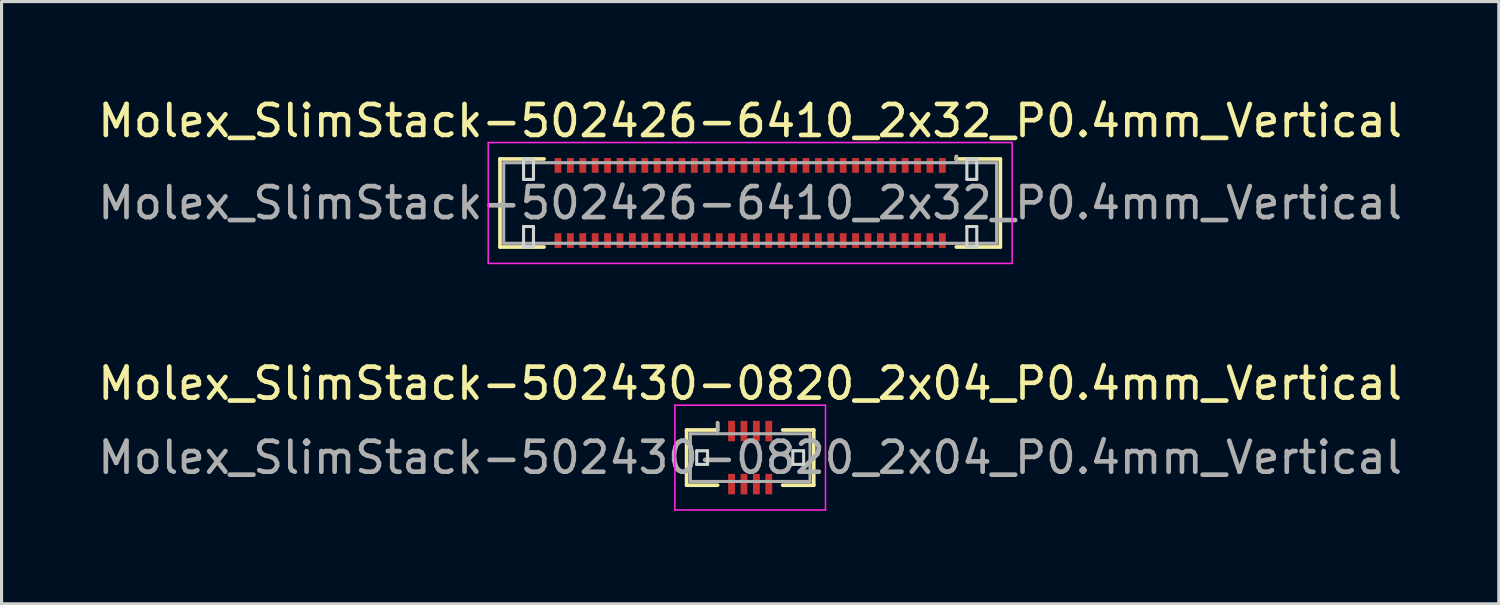
<source format=kicad_pcb>
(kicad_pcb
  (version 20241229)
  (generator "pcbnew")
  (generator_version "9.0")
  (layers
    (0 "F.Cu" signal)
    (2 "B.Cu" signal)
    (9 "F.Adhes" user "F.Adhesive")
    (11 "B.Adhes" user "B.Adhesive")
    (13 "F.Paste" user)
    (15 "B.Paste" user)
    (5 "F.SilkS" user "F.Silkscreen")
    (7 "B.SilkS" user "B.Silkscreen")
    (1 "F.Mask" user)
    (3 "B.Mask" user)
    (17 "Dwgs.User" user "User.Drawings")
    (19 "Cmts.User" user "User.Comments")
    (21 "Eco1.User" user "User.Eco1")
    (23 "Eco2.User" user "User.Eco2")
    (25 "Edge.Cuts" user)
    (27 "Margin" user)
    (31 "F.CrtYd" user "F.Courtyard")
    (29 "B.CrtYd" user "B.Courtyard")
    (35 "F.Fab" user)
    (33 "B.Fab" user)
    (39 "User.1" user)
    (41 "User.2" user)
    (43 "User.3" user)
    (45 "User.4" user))
  (footprint "Molex_SlimStack-502430-0820_2x04_P0.4mm_Vertical"
    (layer "F.Cu")
    (at 21.149 11.711)
    (property "Reference" "Molex_SlimStack-502430-0820_2x04_P0.4mm_Vertical" (at 0 -2.39 0) (layer "F.SilkS") (effects (font (size 1 1) (thickness 0.15))))
    (attr smd)
    (fp_line (start -2.05 -0.89) (end -1.05 -0.89) (stroke (width 0.12) (type solid)) (layer "F.SilkS"))
    (fp_line (start -2.05 0.89) (end -2.05 -0.89) (stroke (width 0.12) (type solid)) (layer "F.SilkS"))
    (fp_line (start -1.05 -0.89) (end -1.05 -1.12) (stroke (width 0.12) (type solid)) (layer "F.SilkS"))
    (fp_line (start -1.05 0.89) (end -2.05 0.89) (stroke (width 0.12) (type solid)) (layer "F.SilkS"))
    (fp_line (start 1.05 0.89) (end 2.05 0.89) (stroke (width 0.12) (type solid)) (layer "F.SilkS"))
    (fp_line (start 2.05 -0.89) (end 1.05 -0.89) (stroke (width 0.12) (type solid)) (layer "F.SilkS"))
    (fp_line (start 2.05 0.89) (end 2.05 -0.89) (stroke (width 0.12) (type solid)) (layer "F.SilkS"))
    (fp_line (start -1.725 -0.22) (end -1.725 0.22) (stroke (width 0.1) (type solid)) (layer "Edge.Cuts"))
    (fp_line (start -1.725 0.22) (end -1.375 0.22) (stroke (width 0.1) (type solid)) (layer "Edge.Cuts"))
    (fp_line (start -1.375 -0.22) (end -1.725 -0.22) (stroke (width 0.1) (type solid)) (layer "Edge.Cuts"))
    (fp_line (start -1.375 0.22) (end -1.375 -0.22) (stroke (width 0.1) (type solid)) (layer "Edge.Cuts"))
    (fp_line (start 1.375 -0.22) (end 1.375 0.22) (stroke (width 0.1) (type solid)) (layer "Edge.Cuts"))
    (fp_line (start 1.375 0.22) (end 1.725 0.22) (stroke (width 0.1) (type solid)) (layer "Edge.Cuts"))
    (fp_line (start 1.725 -0.22) (end 1.375 -0.22) (stroke (width 0.1) (type solid)) (layer "Edge.Cuts"))
    (fp_line (start 1.725 0.22) (end 1.725 -0.22) (stroke (width 0.1) (type solid)) (layer "Edge.Cuts"))
    (fp_line (start -2.43 -1.69) (end -2.43 1.69) (stroke (width 0.05) (type solid)) (layer "F.CrtYd"))
    (fp_line (start -2.43 1.69) (end 2.43 1.69) (stroke (width 0.05) (type solid)) (layer "F.CrtYd"))
    (fp_line (start 2.43 -1.69) (end -2.43 -1.69) (stroke (width 0.05) (type solid)) (layer "F.CrtYd"))
    (fp_line (start 2.43 1.69) (end 2.43 -1.69) (stroke (width 0.05) (type solid)) (layer "F.CrtYd"))
    (fp_line (start -1.93 -0.77) (end -1.93 0.77) (stroke (width 0.1) (type solid)) (layer "F.Fab"))
    (fp_line (start -1.93 0.77) (end 1.93 0.77) (stroke (width 0.1) (type solid)) (layer "F.Fab"))
    (fp_line (start -1.05 -0.77) (end -1.05 -1.12) (stroke (width 0.1) (type solid)) (layer "F.Fab"))
    (fp_line (start 1.93 -0.77) (end -1.93 -0.77) (stroke (width 0.1) (type solid)) (layer "F.Fab"))
    (fp_line (start 1.93 0.77) (end 1.93 -0.77) (stroke (width 0.1) (type solid)) (layer "F.Fab"))
    (fp_text user "${REFERENCE}" (at 0 0 0) (layer "F.Fab") (effects (font (size 1 1) (thickness 0.15))))
    (pad "1" smd rect (at -0.6 -0.855) (size 0.22 0.66) (layers "F.Cu" "F.Mask" "F.Paste"))
    (pad "2" smd rect (at -0.6 0.855) (size 0.22 0.66) (layers "F.Cu" "F.Mask" "F.Paste"))
    (pad "3" smd rect (at -0.2 -0.855) (size 0.22 0.66) (layers "F.Cu" "F.Mask" "F.Paste"))
    (pad "4" smd rect (at -0.2 0.855) (size 0.22 0.66) (layers "F.Cu" "F.Mask" "F.Paste"))
    (pad "5" smd rect (at 0.2 -0.855) (size 0.22 0.66) (layers "F.Cu" "F.Mask" "F.Paste"))
    (pad "6" smd rect (at 0.2 0.855) (size 0.22 0.66) (layers "F.Cu" "F.Mask" "F.Paste"))
    (pad "7" smd rect (at 0.6 -0.855) (size 0.22 0.66) (layers "F.Cu" "F.Mask" "F.Paste"))
    (pad "8" smd rect (at 0.6 0.855) (size 0.22 0.66) (layers "F.Cu" "F.Mask" "F.Paste")))
  (footprint "Molex_SlimStack-502426-6410_2x32_P0.4mm_Vertical"
    (layer "F.Cu")
    (at 21.149 3.498)
    (property "Reference" "Molex_SlimStack-502426-6410_2x32_P0.4mm_Vertical" (at 0 -2.65 0) (layer "F.SilkS") (effects (font (size 1 1) (thickness 0.15))))
    (attr smd)
    (fp_line (start -8.07 -1.42) (end -6.65 -1.42) (stroke (width 0.12) (type solid)) (layer "F.SilkS"))
    (fp_line (start -8.07 1.42) (end -8.07 -1.42) (stroke (width 0.12) (type solid)) (layer "F.SilkS"))
    (fp_line (start -6.65 1.42) (end -8.07 1.42) (stroke (width 0.12) (type solid)) (layer "F.SilkS"))
    (fp_line (start 6.65 -1.42) (end 6.65 -1.5) (stroke (width 0.12) (type solid)) (layer "F.SilkS"))
    (fp_line (start 6.65 1.42) (end 8.07 1.42) (stroke (width 0.12) (type solid)) (layer "F.SilkS"))
    (fp_line (start 8.07 -1.42) (end 6.65 -1.42) (stroke (width 0.12) (type solid)) (layer "F.SilkS"))
    (fp_line (start 8.07 1.42) (end 8.07 -1.42) (stroke (width 0.12) (type solid)) (layer "F.SilkS"))
    (fp_line (start -7.31 -1.41) (end -7.31 -0.76) (stroke (width 0.1) (type solid)) (layer "Edge.Cuts"))
    (fp_line (start -7.31 -0.76) (end -6.99 -0.76) (stroke (width 0.1) (type solid)) (layer "Edge.Cuts"))
    (fp_line (start -7.31 0.76) (end -7.31 1.41) (stroke (width 0.1) (type solid)) (layer "Edge.Cuts"))
    (fp_line (start -7.31 1.41) (end -6.99 1.41) (stroke (width 0.1) (type solid)) (layer "Edge.Cuts"))
    (fp_line (start -6.99 -1.41) (end -7.31 -1.41) (stroke (width 0.1) (type solid)) (layer "Edge.Cuts"))
    (fp_line (start -6.99 -0.76) (end -6.99 -1.41) (stroke (width 0.1) (type solid)) (layer "Edge.Cuts"))
    (fp_line (start -6.99 0.76) (end -7.31 0.76) (stroke (width 0.1) (type solid)) (layer "Edge.Cuts"))
    (fp_line (start -6.99 1.41) (end -6.99 0.76) (stroke (width 0.1) (type solid)) (layer "Edge.Cuts"))
    (fp_line (start 6.99 -1.41) (end 6.99 -0.76) (stroke (width 0.1) (type solid)) (layer "Edge.Cuts"))
    (fp_line (start 6.99 -0.76) (end 7.31 -0.76) (stroke (width 0.1) (type solid)) (layer "Edge.Cuts"))
    (fp_line (start 6.99 0.76) (end 6.99 1.41) (stroke (width 0.1) (type solid)) (layer "Edge.Cuts"))
    (fp_line (start 6.99 1.41) (end 7.31 1.41) (stroke (width 0.1) (type solid)) (layer "Edge.Cuts"))
    (fp_line (start 7.31 -1.41) (end 6.99 -1.41) (stroke (width 0.1) (type solid)) (layer "Edge.Cuts"))
    (fp_line (start 7.31 -0.76) (end 7.31 -1.41) (stroke (width 0.1) (type solid)) (layer "Edge.Cuts"))
    (fp_line (start 7.31 0.76) (end 6.99 0.76) (stroke (width 0.1) (type solid)) (layer "Edge.Cuts"))
    (fp_line (start 7.31 1.41) (end 7.31 0.76) (stroke (width 0.1) (type solid)) (layer "Edge.Cuts"))
    (fp_line (start -8.45 -1.95) (end -8.45 1.95) (stroke (width 0.05) (type solid)) (layer "F.CrtYd"))
    (fp_line (start -8.45 1.95) (end 8.45 1.95) (stroke (width 0.05) (type solid)) (layer "F.CrtYd"))
    (fp_line (start 8.45 -1.95) (end -8.45 -1.95) (stroke (width 0.05) (type solid)) (layer "F.CrtYd"))
    (fp_line (start 8.45 1.95) (end 8.45 -1.95) (stroke (width 0.05) (type solid)) (layer "F.CrtYd"))
    (fp_line (start -7.95 -1.3) (end -7.95 1.3) (stroke (width 0.1) (type solid)) (layer "F.Fab"))
    (fp_line (start -7.95 1.3) (end 7.95 1.3) (stroke (width 0.1) (type solid)) (layer "F.Fab"))
    (fp_line (start 6.65 -1.3) (end 6.65 -1.5) (stroke (width 0.1) (type solid)) (layer "F.Fab"))
    (fp_line (start 7.95 -1.3) (end -7.95 -1.3) (stroke (width 0.1) (type solid)) (layer "F.Fab"))
    (fp_line (start 7.95 1.3) (end 7.95 -1.3) (stroke (width 0.1) (type solid)) (layer "F.Fab"))
    (fp_text user "${REFERENCE}" (at 0 0 0) (layer "F.Fab") (effects (font (size 1 1) (thickness 0.15))))
    (pad "1" smd rect (at 6.2 -1.212) (size 0.22 0.475) (layers "F.Cu" "F.Mask" "F.Paste"))
    (pad "2" smd rect (at 6.2 1.212) (size 0.22 0.475) (layers "F.Cu" "F.Mask" "F.Paste"))
    (pad "3" smd rect (at 5.8 -1.212) (size 0.22 0.475) (layers "F.Cu" "F.Mask" "F.Paste"))
    (pad "4" smd rect (at 5.8 1.212) (size 0.22 0.475) (layers "F.Cu" "F.Mask" "F.Paste"))
    (pad "5" smd rect (at 5.4 -1.212) (size 0.22 0.475) (layers "F.Cu" "F.Mask" "F.Paste"))
    (pad "6" smd rect (at 5.4 1.212) (size 0.22 0.475) (layers "F.Cu" "F.Mask" "F.Paste"))
    (pad "7" smd rect (at 5 -1.212) (size 0.22 0.475) (layers "F.Cu" "F.Mask" "F.Paste"))
    (pad "8" smd rect (at 5 1.212) (size 0.22 0.475) (layers "F.Cu" "F.Mask" "F.Paste"))
    (pad "9" smd rect (at 4.6 -1.212) (size 0.22 0.475) (layers "F.Cu" "F.Mask" "F.Paste"))
    (pad "10" smd rect (at 4.6 1.212) (size 0.22 0.475) (layers "F.Cu" "F.Mask" "F.Paste"))
    (pad "11" smd rect (at 4.2 -1.212) (size 0.22 0.475) (layers "F.Cu" "F.Mask" "F.Paste"))
    (pad "12" smd rect (at 4.2 1.212) (size 0.22 0.475) (layers "F.Cu" "F.Mask" "F.Paste"))
    (pad "13" smd rect (at 3.8 -1.212) (size 0.22 0.475) (layers "F.Cu" "F.Mask" "F.Paste"))
    (pad "14" smd rect (at 3.8 1.212) (size 0.22 0.475) (layers "F.Cu" "F.Mask" "F.Paste"))
    (pad "15" smd rect (at 3.4 -1.212) (size 0.22 0.475) (layers "F.Cu" "F.Mask" "F.Paste"))
    (pad "16" smd rect (at 3.4 1.212) (size 0.22 0.475) (layers "F.Cu" "F.Mask" "F.Paste"))
    (pad "17" smd rect (at 3 -1.212) (size 0.22 0.475) (layers "F.Cu" "F.Mask" "F.Paste"))
    (pad "18" smd rect (at 3 1.212) (size 0.22 0.475) (layers "F.Cu" "F.Mask" "F.Paste"))
    (pad "19" smd rect (at 2.6 -1.212) (size 0.22 0.475) (layers "F.Cu" "F.Mask" "F.Paste"))
    (pad "20" smd rect (at 2.6 1.212) (size 0.22 0.475) (layers "F.Cu" "F.Mask" "F.Paste"))
    (pad "21" smd rect (at 2.2 -1.212) (size 0.22 0.475) (layers "F.Cu" "F.Mask" "F.Paste"))
    (pad "22" smd rect (at 2.2 1.212) (size 0.22 0.475) (layers "F.Cu" "F.Mask" "F.Paste"))
    (pad "23" smd rect (at 1.8 -1.212) (size 0.22 0.475) (layers "F.Cu" "F.Mask" "F.Paste"))
    (pad "24" smd rect (at 1.8 1.212) (size 0.22 0.475) (layers "F.Cu" "F.Mask" "F.Paste"))
    (pad "25" smd rect (at 1.4 -1.212) (size 0.22 0.475) (layers "F.Cu" "F.Mask" "F.Paste"))
    (pad "26" smd rect (at 1.4 1.212) (size 0.22 0.475) (layers "F.Cu" "F.Mask" "F.Paste"))
    (pad "27" smd rect (at 1 -1.212) (size 0.22 0.475) (layers "F.Cu" "F.Mask" "F.Paste"))
    (pad "28" smd rect (at 1 1.212) (size 0.22 0.475) (layers "F.Cu" "F.Mask" "F.Paste"))
    (pad "29" smd rect (at 0.6 -1.212) (size 0.22 0.475) (layers "F.Cu" "F.Mask" "F.Paste"))
    (pad "30" smd rect (at 0.6 1.212) (size 0.22 0.475) (layers "F.Cu" "F.Mask" "F.Paste"))
    (pad "31" smd rect (at 0.2 -1.212) (size 0.22 0.475) (layers "F.Cu" "F.Mask" "F.Paste"))
    (pad "32" smd rect (at 0.2 1.212) (size 0.22 0.475) (layers "F.Cu" "F.Mask" "F.Paste"))
    (pad "33" smd rect (at -0.2 -1.212) (size 0.22 0.475) (layers "F.Cu" "F.Mask" "F.Paste"))
    (pad "34" smd rect (at -0.2 1.212) (size 0.22 0.475) (layers "F.Cu" "F.Mask" "F.Paste"))
    (pad "35" smd rect (at -0.6 -1.212) (size 0.22 0.475) (layers "F.Cu" "F.Mask" "F.Paste"))
    (pad "36" smd rect (at -0.6 1.212) (size 0.22 0.475) (layers "F.Cu" "F.Mask" "F.Paste"))
    (pad "37" smd rect (at -1 -1.212) (size 0.22 0.475) (layers "F.Cu" "F.Mask" "F.Paste"))
    (pad "38" smd rect (at -1 1.212) (size 0.22 0.475) (layers "F.Cu" "F.Mask" "F.Paste"))
    (pad "39" smd rect (at -1.4 -1.212) (size 0.22 0.475) (layers "F.Cu" "F.Mask" "F.Paste"))
    (pad "40" smd rect (at -1.4 1.212) (size 0.22 0.475) (layers "F.Cu" "F.Mask" "F.Paste"))
    (pad "41" smd rect (at -1.8 -1.212) (size 0.22 0.475) (layers "F.Cu" "F.Mask" "F.Paste"))
    (pad "42" smd rect (at -1.8 1.212) (size 0.22 0.475) (layers "F.Cu" "F.Mask" "F.Paste"))
    (pad "43" smd rect (at -2.2 -1.212) (size 0.22 0.475) (layers "F.Cu" "F.Mask" "F.Paste"))
    (pad "44" smd rect (at -2.2 1.212) (size 0.22 0.475) (layers "F.Cu" "F.Mask" "F.Paste"))
    (pad "45" smd rect (at -2.6 -1.212) (size 0.22 0.475) (layers "F.Cu" "F.Mask" "F.Paste"))
    (pad "46" smd rect (at -2.6 1.212) (size 0.22 0.475) (layers "F.Cu" "F.Mask" "F.Paste"))
    (pad "47" smd rect (at -3 -1.212) (size 0.22 0.475) (layers "F.Cu" "F.Mask" "F.Paste"))
    (pad "48" smd rect (at -3 1.212) (size 0.22 0.475) (layers "F.Cu" "F.Mask" "F.Paste"))
    (pad "49" smd rect (at -3.4 -1.212) (size 0.22 0.475) (layers "F.Cu" "F.Mask" "F.Paste"))
    (pad "50" smd rect (at -3.4 1.212) (size 0.22 0.475) (layers "F.Cu" "F.Mask" "F.Paste"))
    (pad "51" smd rect (at -3.8 -1.212) (size 0.22 0.475) (layers "F.Cu" "F.Mask" "F.Paste"))
    (pad "52" smd rect (at -3.8 1.212) (size 0.22 0.475) (layers "F.Cu" "F.Mask" "F.Paste"))
    (pad "53" smd rect (at -4.2 -1.212) (size 0.22 0.475) (layers "F.Cu" "F.Mask" "F.Paste"))
    (pad "54" smd rect (at -4.2 1.212) (size 0.22 0.475) (layers "F.Cu" "F.Mask" "F.Paste"))
    (pad "55" smd rect (at -4.6 -1.212) (size 0.22 0.475) (layers "F.Cu" "F.Mask" "F.Paste"))
    (pad "56" smd rect (at -4.6 1.212) (size 0.22 0.475) (layers "F.Cu" "F.Mask" "F.Paste"))
    (pad "57" smd rect (at -5 -1.212) (size 0.22 0.475) (layers "F.Cu" "F.Mask" "F.Paste"))
    (pad "58" smd rect (at -5 1.212) (size 0.22 0.475) (layers "F.Cu" "F.Mask" "F.Paste"))
    (pad "59" smd rect (at -5.4 -1.212) (size 0.22 0.475) (layers "F.Cu" "F.Mask" "F.Paste"))
    (pad "60" smd rect (at -5.4 1.212) (size 0.22 0.475) (layers "F.Cu" "F.Mask" "F.Paste"))
    (pad "61" smd rect (at -5.8 -1.212) (size 0.22 0.475) (layers "F.Cu" "F.Mask" "F.Paste"))
    (pad "62" smd rect (at -5.8 1.212) (size 0.22 0.475) (layers "F.Cu" "F.Mask" "F.Paste"))
    (pad "63" smd rect (at -6.2 -1.212) (size 0.22 0.475) (layers "F.Cu" "F.Mask" "F.Paste"))
    (pad "64" smd rect (at -6.2 1.212) (size 0.22 0.475) (layers "F.Cu" "F.Mask" "F.Paste")))
  (gr_rect
    (start -3 -3)
    (end 45.298 16.427)
    (stroke (width 0.1) (type default))
    (fill no)
    (layer "Edge.Cuts")))
</source>
